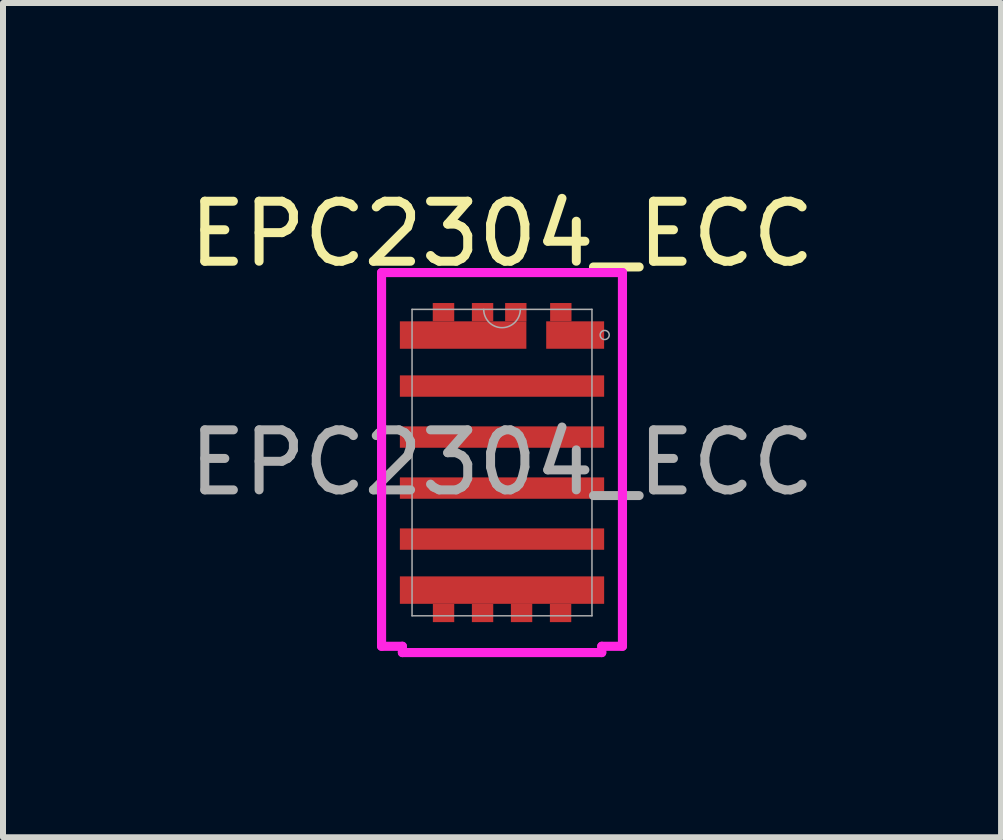
<source format=kicad_pcb>
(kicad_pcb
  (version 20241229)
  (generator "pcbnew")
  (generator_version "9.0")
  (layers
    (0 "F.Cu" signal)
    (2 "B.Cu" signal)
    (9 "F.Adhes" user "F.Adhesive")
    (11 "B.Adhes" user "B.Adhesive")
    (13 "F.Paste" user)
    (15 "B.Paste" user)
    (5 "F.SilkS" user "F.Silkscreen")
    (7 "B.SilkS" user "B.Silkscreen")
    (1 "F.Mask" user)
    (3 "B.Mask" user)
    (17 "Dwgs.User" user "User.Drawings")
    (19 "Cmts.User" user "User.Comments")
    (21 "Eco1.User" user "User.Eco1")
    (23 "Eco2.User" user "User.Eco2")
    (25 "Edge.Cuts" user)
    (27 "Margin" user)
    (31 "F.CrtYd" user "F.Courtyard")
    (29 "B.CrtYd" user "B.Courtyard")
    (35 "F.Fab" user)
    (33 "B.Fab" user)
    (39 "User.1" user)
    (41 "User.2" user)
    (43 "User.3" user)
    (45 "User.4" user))
  (footprint "EPC2304_ECC"
    (layer "F.Cu")
    (at 5.315 4.658)
    (property "Reference" "EPC2304_ECC" (at 0 -3.81 0) (unlocked yes) (layer "F.SilkS") (effects (font (size 1 1) (thickness 0.15))))
    (attr smd)
    (fp_poly (pts (xy -1.702 1.896) (xy -1.702 2.354) (xy -1.152 2.354) (xy -1.152 2.658) (xy -0.796 2.658) (xy -0.796 2.354) (xy -0.502 2.354) (xy -0.502 2.658) (xy -0.146 2.658) (xy -0.146 2.354) (xy 0.148 2.354) (xy 0.148 2.658) (xy 0.504 2.658) (xy 0.504 2.354) (xy 0.798 2.354) (xy 0.798 2.658) (xy 1.154 2.658) (xy 1.154 2.354) (xy 1.702 2.354) (xy 1.702 1.896)) (stroke (width 0) (type solid)) (fill yes) (layer "F.Mask"))
    (fp_poly (pts (xy -1.702 1.896) (xy -1.702 2.354) (xy -1.152 2.354) (xy -1.152 2.658) (xy -0.796 2.658) (xy -0.796 2.354) (xy -0.502 2.354) (xy -0.502 2.658) (xy -0.146 2.658) (xy -0.146 2.354) (xy 0.148 2.354) (xy 0.148 2.658) (xy 0.504 2.658) (xy 0.504 2.354) (xy 0.798 2.354) (xy 0.798 2.658) (xy 1.154 2.658) (xy 1.154 2.354) (xy 1.702 2.354) (xy 1.702 1.896)) (stroke (width 0) (type solid)) (fill yes) (layer "F.Paste"))
    (fp_line (start -2.007 -3.166) (end -2.007 3.061) (stroke (width 0.152) (type solid)) (layer "F.CrtYd"))
    (fp_line (start -2.007 3.061) (end -1.66 3.061) (stroke (width 0.152) (type solid)) (layer "F.CrtYd"))
    (fp_line (start -1.66 3.061) (end -1.66 3.166) (stroke (width 0.152) (type solid)) (layer "F.CrtYd"))
    (fp_line (start -1.66 3.166) (end 1.662 3.166) (stroke (width 0.152) (type solid)) (layer "F.CrtYd"))
    (fp_line (start 1.662 3.061) (end 2.007 3.061) (stroke (width 0.152) (type solid)) (layer "F.CrtYd"))
    (fp_line (start 1.662 3.166) (end 1.662 3.061) (stroke (width 0.152) (type solid)) (layer "F.CrtYd"))
    (fp_line (start 2.007 -3.166) (end -2.007 -3.166) (stroke (width 0.152) (type solid)) (layer "F.CrtYd"))
    (fp_line (start 2.007 3.061) (end 2.007 -3.166) (stroke (width 0.152) (type solid)) (layer "F.CrtYd"))
    (fp_line (start -1.499 -2.553) (end -1.499 2.553) (stroke (width 0.025) (type solid)) (layer "F.Fab"))
    (fp_line (start -1.499 2.553) (end 1.499 2.553) (stroke (width 0.025) (type solid)) (layer "F.Fab"))
    (fp_line (start 1.499 -2.553) (end -1.499 -2.553) (stroke (width 0.025) (type solid)) (layer "F.Fab"))
    (fp_line (start 1.499 2.553) (end 1.499 -2.553) (stroke (width 0.025) (type solid)) (layer "F.Fab"))
    (fp_arc (start 0.3048 -2.5527) (mid 0 -2.2479) (end -0.3048 -2.5527) (stroke (width 0.0254) (type solid)) (layer "F.Fab"))
    (fp_circle (center 1.711 -2.126) (end 1.787 -2.126) (stroke (width 0.025) (type solid)) (fill no) (layer "F.Fab"))
    (fp_text user "${REFERENCE}" (at 0 0 0) (unlocked yes) (layer "F.Fab") (effects (font (size 1 1) (thickness 0.15))))
    (pad "D" smd rect (at -0.974 2.506) (size 0.356 0.305) (layers "F.Cu" "F.Mask" "F.Paste"))
    (pad "D" smd rect (at -0.324 2.506) (size 0.356 0.305) (layers "F.Cu" "F.Mask" "F.Paste"))
    (pad "D" smd rect (at 0 -1.275) (size 3.404 0.356) (layers "F.Cu" "F.Mask" "F.Paste"))
    (pad "D" smd rect (at 0 0.425) (size 3.404 0.356) (layers "F.Cu" "F.Mask" "F.Paste"))
    (pad "D" smd rect (at 0 2.125) (size 3.404 0.457) (layers "F.Cu" "F.Mask" "F.Paste"))
    (pad "D" smd rect (at 0.326 2.503) (size 0.356 0.311) (layers "F.Cu" "F.Mask" "F.Paste"))
    (pad "D" smd rect (at 0.976 2.506) (size 0.356 0.305) (layers "F.Cu" "F.Mask" "F.Paste"))
    (pad "G" smd rect (at 0.98 -2.506) (size 0.356 0.305) (layers "F.Cu" "F.Mask" "F.Paste"))
    (pad "G" smd rect (at 1.219 -2.125) (size 0.965 0.457) (layers "F.Cu" "F.Mask" "F.Paste"))
    (pad "S" smd rect (at -0.975 -2.506) (size 0.358 0.305) (layers "F.Cu" "F.Mask" "F.Paste"))
    (pad "S" smd rect (at -0.648 -2.125) (size 2.108 0.457) (layers "F.Cu" "F.Mask" "F.Paste"))
    (pad "S" smd rect (at -0.324 -2.506) (size 0.356 0.305) (layers "F.Cu" "F.Mask" "F.Paste"))
    (pad "S" smd rect (at 0 -0.425) (size 3.404 0.356) (layers "F.Cu" "F.Mask" "F.Paste"))
    (pad "S" smd rect (at 0 1.275) (size 3.404 0.356) (layers "F.Cu" "F.Mask" "F.Paste"))
    (pad "S" smd rect (at 0.23 -2.506) (size 0.356 0.305) (layers "F.Cu" "F.Mask" "F.Paste")))
  (gr_rect
    (start -3 -3)
    (end 13.631 10.901)
    (stroke (width 0.1) (type default))
    (fill no)
    (layer "Edge.Cuts")))
</source>
